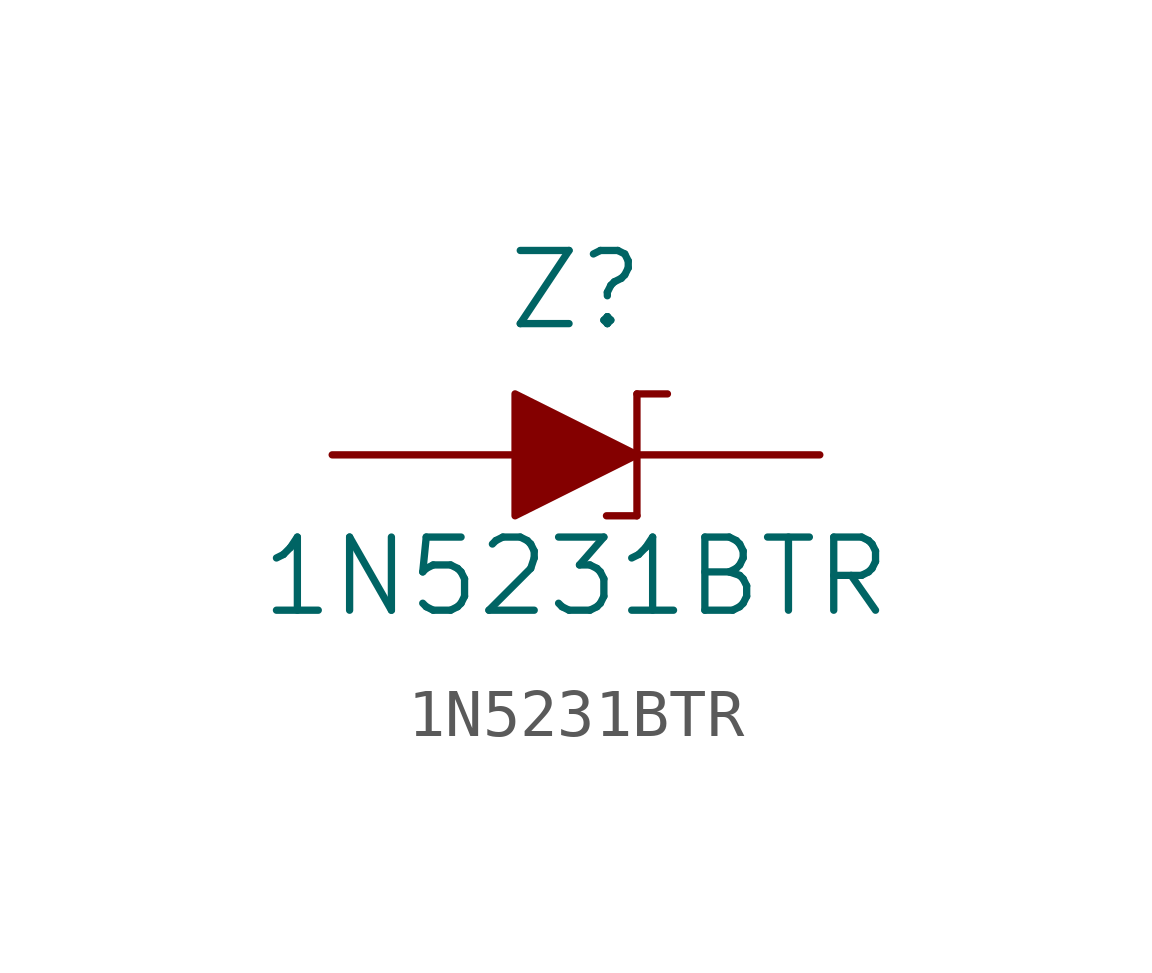
<source format=kicad_sym>
(kicad_symbol_lib
  (version 20201005)
  (generator kicad_symbol_editor)
  (symbol "1N5231BTR"
    (pin_numbers hide)
    (pin_names
      (offset 0) hide)
    (property "Reference" "Z"
      (at 0 2.54 0)
      (effects (font (size 1.524 1.524)) (justify bottom)))
    (property "Value" "1N5231BTR"
      (at 0 -2.54 0)
      (effects (font (size 1.524 1.524))))
    (symbol "1N5231BTR_0_1"
      (polyline (pts (xy 1.27 -1.27) (xy 0.635 -1.27)) (stroke (width 0)) (fill (type none)))
      (polyline (pts (xy 1.27 1.27) (xy 1.27 -1.27)) (stroke (width 0)) (fill (type none)))
      (polyline (pts (xy 1.27 1.27) (xy 1.905 1.27)) (stroke (width 0)) (fill (type none)))
      (polyline (pts (xy -1.27 1.27) (xy -1.27 -1.27) (xy 1.27 0) (xy -1.27 1.27)) (stroke (width 0)) (fill (type outline))))
    (symbol "1N5231BTR_1_1"
      (pin passive line (at -5.08 0 0) (length 3.81) (name "~" (effects (font (size 1.27 1.27)))) (number "A" (effects (font (size 1.27 1.27)))))
      (pin passive line (at 5.08 0 180) (length 3.81) (name "~" (effects (font (size 1.27 1.27)))) (number "K" (effects (font (size 1.27 1.27))))))))
</source>
